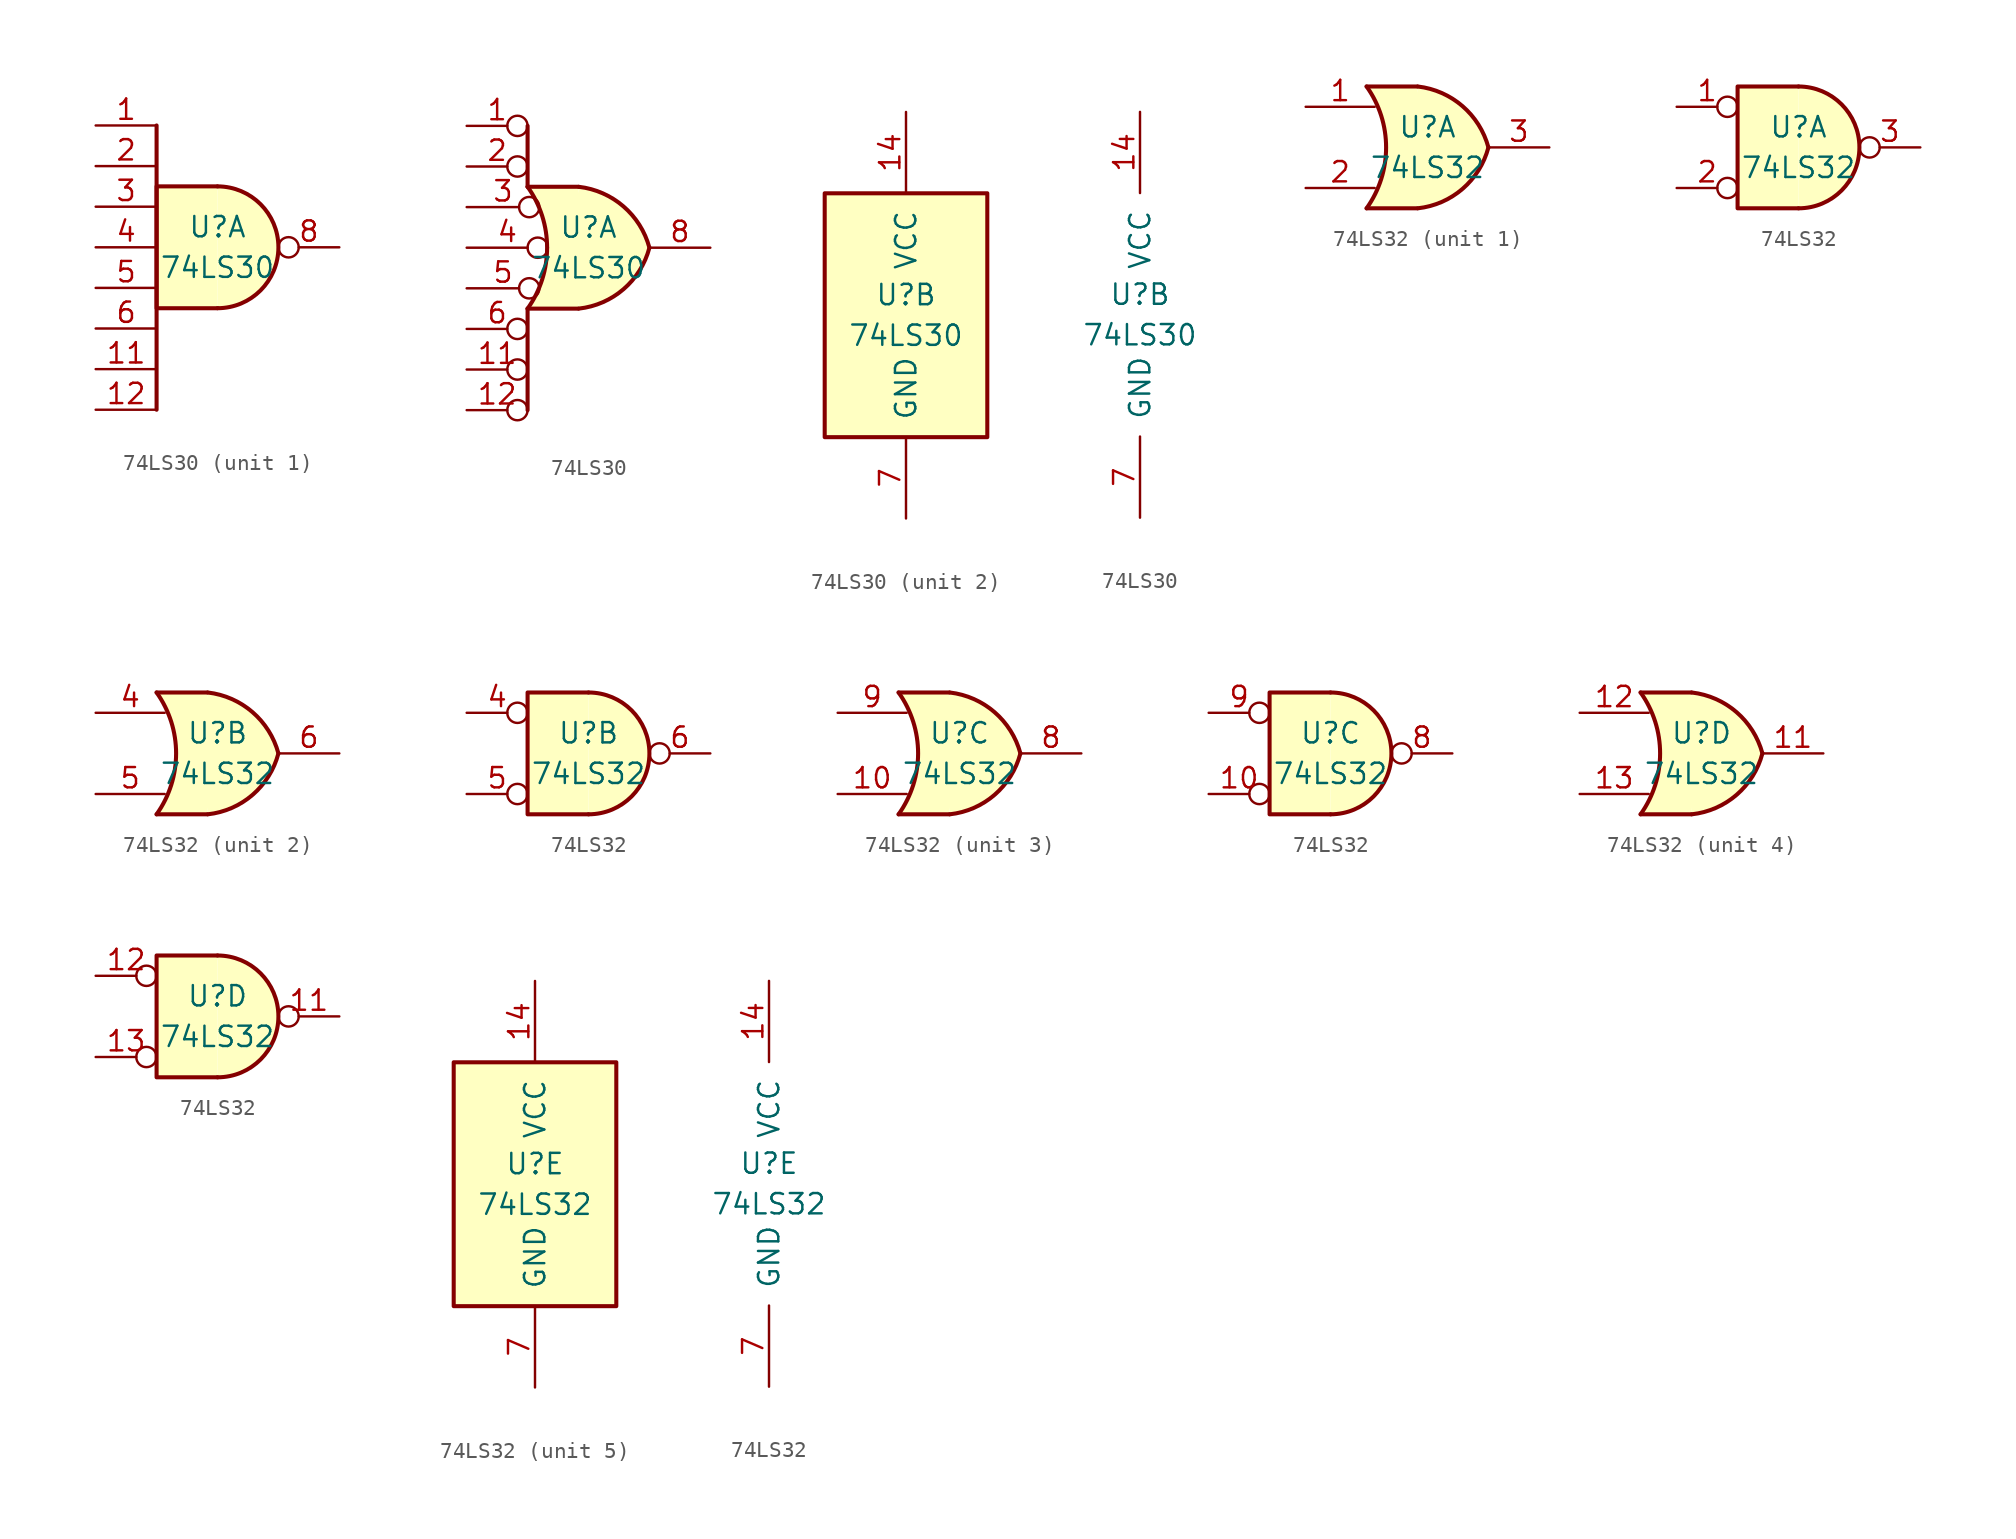
<source format=kicad_sym>
(kicad_symbol_lib
  (version 20241209)
  (generator "kicad_symbol_editor")
  (generator_version "9.0")
  (symbol "74LS30"
    (pin_names
      (offset 1.016))
    (property "Reference" "U"
      (at 0 1.27 0)
      (effects (font (size 1.27 1.27))))
    (property "Value" "74LS30"
      (at 0 -1.27 0)
      (effects (font (size 1.27 1.27))))
    (property "ki_locked" ""
      (at 0 0 0)
      (effects (font (size 1.27 1.27))))
    (symbol "74LS30_1_1"
      (polyline (pts (xy -3.81 7.62) (xy -3.81 -10.16)) (stroke (width 0.254) (type solid)) (fill (type none)))
      (polyline (pts (xy 0 3.81) (xy -3.81 3.81) (xy -3.81 -3.81) (xy 0 -3.81)) (stroke (width 0.254) (type solid)) (fill (type background)))
      (arc (start 0 3.81) (mid 3.81 0) (end 0 -3.81) (stroke (width 0.254) (type solid)) (fill (type background)))
      (pin input line (at -7.62 7.62 0) (length 3.81) (name "~" (effects (font (size 1.27 1.27)))) (number "1" (effects (font (size 1.27 1.27)))))
      (pin input line (at -7.62 5.08 0) (length 3.81) (name "~" (effects (font (size 1.27 1.27)))) (number "2" (effects (font (size 1.27 1.27)))))
      (pin input line (at -7.62 2.54 0) (length 3.81) (name "~" (effects (font (size 1.27 1.27)))) (number "3" (effects (font (size 1.27 1.27)))))
      (pin input line (at -7.62 0 0) (length 3.81) (name "~" (effects (font (size 1.27 1.27)))) (number "4" (effects (font (size 1.27 1.27)))))
      (pin input line (at -7.62 -2.54 0) (length 3.81) (name "~" (effects (font (size 1.27 1.27)))) (number "5" (effects (font (size 1.27 1.27)))))
      (pin input line (at -7.62 -5.08 0) (length 3.81) (name "~" (effects (font (size 1.27 1.27)))) (number "6" (effects (font (size 1.27 1.27)))))
      (pin input line (at -7.62 -7.62 0) (length 3.81) (name "~" (effects (font (size 1.27 1.27)))) (number "11" (effects (font (size 1.27 1.27)))))
      (pin input line (at -7.62 -10.16 0) (length 3.81) (name "~" (effects (font (size 1.27 1.27)))) (number "12" (effects (font (size 1.27 1.27)))))
      (pin output inverted (at 7.62 0 180) (length 3.81) (name "~" (effects (font (size 1.27 1.27)))) (number "8" (effects (font (size 1.27 1.27))))))
    (symbol "74LS30_1_2"
      (arc (start -3.81 3.81) (mid -2.589 0) (end -3.81 -3.81) (stroke (width 0.254) (type solid)) (fill (type none)))
      (polyline (pts (xy -3.81 7.62) (xy -3.81 3.81)) (stroke (width 0.254) (type solid)) (fill (type none)))
      (polyline (pts (xy -3.81 3.81) (xy -0.635 3.81)) (stroke (width 0.254) (type solid)) (fill (type background)))
      (polyline (pts (xy -3.81 -3.81) (xy -3.81 -10.16)) (stroke (width 0.254) (type solid)) (fill (type none)))
      (polyline (pts (xy -3.81 -3.81) (xy -0.635 -3.81)) (stroke (width 0.254) (type solid)) (fill (type background)))
      (arc (start 3.81 0) (mid 2.1915 -2.5936) (end -0.6096 -3.81) (stroke (width 0.254) (type solid)) (fill (type background)))
      (arc (start -0.6096 3.81) (mid 2.1842 2.5851) (end 3.81 0) (stroke (width 0.254) (type solid)) (fill (type background)))
      (polyline (pts (xy -0.635 3.81) (xy -3.81 3.81) (xy -3.81 3.81) (xy -3.556 3.404) (xy -3.023 2.261) (xy -2.692 1.041) (xy -2.616 -0.254) (xy -2.769 -1.499) (xy -3.175 -2.718) (xy -3.81 -3.81) (xy -3.81 -3.81) (xy -0.635 -3.81)) (stroke (width -25.4) (type solid)) (fill (type background)))
      (pin input inverted (at -7.62 7.62 0) (length 3.81) (name "~" (effects (font (size 1.27 1.27)))) (number "1" (effects (font (size 1.27 1.27)))))
      (pin input inverted (at -7.62 5.08 0) (length 3.81) (name "~" (effects (font (size 1.27 1.27)))) (number "2" (effects (font (size 1.27 1.27)))))
      (pin input inverted (at -7.62 2.54 0) (length 4.547) (name "~" (effects (font (size 1.27 1.27)))) (number "3" (effects (font (size 1.27 1.27)))))
      (pin input inverted (at -7.62 0 0) (length 5.08) (name "~" (effects (font (size 1.27 1.27)))) (number "4" (effects (font (size 1.27 1.27)))))
      (pin input inverted (at -7.62 -2.54 0) (length 4.547) (name "~" (effects (font (size 1.27 1.27)))) (number "5" (effects (font (size 1.27 1.27)))))
      (pin input inverted (at -7.62 -5.08 0) (length 3.81) (name "~" (effects (font (size 1.27 1.27)))) (number "6" (effects (font (size 1.27 1.27)))))
      (pin input inverted (at -7.62 -7.62 0) (length 3.81) (name "~" (effects (font (size 1.27 1.27)))) (number "11" (effects (font (size 1.27 1.27)))))
      (pin input inverted (at -7.62 -10.16 0) (length 3.81) (name "~" (effects (font (size 1.27 1.27)))) (number "12" (effects (font (size 1.27 1.27)))))
      (pin output line (at 7.62 0 180) (length 3.81) (name "~" (effects (font (size 1.27 1.27)))) (number "8" (effects (font (size 1.27 1.27))))))
    (symbol "74LS30_2_0"
      (pin power_in line (at 0 12.7 270) (length 5.08) (name "VCC" (effects (font (size 1.27 1.27)))) (number "14" (effects (font (size 1.27 1.27)))))
      (pin power_in line (at 0 -12.7 90) (length 5.08) (name "GND" (effects (font (size 1.27 1.27)))) (number "7" (effects (font (size 1.27 1.27))))))
    (symbol "74LS30_2_1"
      (rectangle (start -5.08 7.62) (end 5.08 -7.62) (stroke (width 0.254) (type solid)) (fill (type background)))))
  (symbol "74LS32"
    (pin_names
      (offset 1.016))
    (property "Reference" "U"
      (at 0 1.27 0)
      (effects (font (size 1.27 1.27))))
    (property "Value" "74LS32"
      (at 0 -1.27 0)
      (effects (font (size 1.27 1.27))))
    (property "ki_locked" ""
      (at 0 0 0)
      (effects (font (size 1.27 1.27))))
    (symbol "74LS32_1_1"
      (arc (start -3.81 3.81) (mid -2.589 0) (end -3.81 -3.81) (stroke (width 0.254) (type solid)) (fill (type none)))
      (polyline (pts (xy -3.81 3.81) (xy -0.635 3.81)) (stroke (width 0.254) (type solid)) (fill (type background)))
      (polyline (pts (xy -3.81 -3.81) (xy -0.635 -3.81)) (stroke (width 0.254) (type solid)) (fill (type background)))
      (arc (start 3.81 0) (mid 2.1915 -2.5936) (end -0.6096 -3.81) (stroke (width 0.254) (type solid)) (fill (type background)))
      (arc (start -0.6096 3.81) (mid 2.1842 2.5851) (end 3.81 0) (stroke (width 0.254) (type solid)) (fill (type background)))
      (polyline (pts (xy -0.635 3.81) (xy -3.81 3.81) (xy -3.81 3.81) (xy -3.556 3.404) (xy -3.023 2.261) (xy -2.692 1.041) (xy -2.616 -0.254) (xy -2.769 -1.499) (xy -3.175 -2.718) (xy -3.81 -3.81) (xy -3.81 -3.81) (xy -0.635 -3.81)) (stroke (width -25.4) (type solid)) (fill (type background)))
      (pin input line (at -7.62 2.54 0) (length 4.318) (name "~" (effects (font (size 1.27 1.27)))) (number "1" (effects (font (size 1.27 1.27)))))
      (pin input line (at -7.62 -2.54 0) (length 4.318) (name "~" (effects (font (size 1.27 1.27)))) (number "2" (effects (font (size 1.27 1.27)))))
      (pin output line (at 7.62 0 180) (length 3.81) (name "~" (effects (font (size 1.27 1.27)))) (number "3" (effects (font (size 1.27 1.27))))))
    (symbol "74LS32_1_2"
      (polyline (pts (xy 0 3.81) (xy -3.81 3.81) (xy -3.81 -3.81) (xy 0 -3.81)) (stroke (width 0.254) (type solid)) (fill (type background)))
      (arc (start 0 3.81) (mid 3.81 0) (end 0 -3.81) (stroke (width 0.254) (type solid)) (fill (type background)))
      (pin input inverted (at -7.62 2.54 0) (length 3.81) (name "~" (effects (font (size 1.27 1.27)))) (number "1" (effects (font (size 1.27 1.27)))))
      (pin input inverted (at -7.62 -2.54 0) (length 3.81) (name "~" (effects (font (size 1.27 1.27)))) (number "2" (effects (font (size 1.27 1.27)))))
      (pin output inverted (at 7.62 0 180) (length 3.81) (name "~" (effects (font (size 1.27 1.27)))) (number "3" (effects (font (size 1.27 1.27))))))
    (symbol "74LS32_2_1"
      (arc (start -3.81 3.81) (mid -2.589 0) (end -3.81 -3.81) (stroke (width 0.254) (type solid)) (fill (type none)))
      (polyline (pts (xy -3.81 3.81) (xy -0.635 3.81)) (stroke (width 0.254) (type solid)) (fill (type background)))
      (polyline (pts (xy -3.81 -3.81) (xy -0.635 -3.81)) (stroke (width 0.254) (type solid)) (fill (type background)))
      (arc (start 3.81 0) (mid 2.1915 -2.5936) (end -0.6096 -3.81) (stroke (width 0.254) (type solid)) (fill (type background)))
      (arc (start -0.6096 3.81) (mid 2.1842 2.5851) (end 3.81 0) (stroke (width 0.254) (type solid)) (fill (type background)))
      (polyline (pts (xy -0.635 3.81) (xy -3.81 3.81) (xy -3.81 3.81) (xy -3.556 3.404) (xy -3.023 2.261) (xy -2.692 1.041) (xy -2.616 -0.254) (xy -2.769 -1.499) (xy -3.175 -2.718) (xy -3.81 -3.81) (xy -3.81 -3.81) (xy -0.635 -3.81)) (stroke (width -25.4) (type solid)) (fill (type background)))
      (pin input line (at -7.62 2.54 0) (length 4.318) (name "~" (effects (font (size 1.27 1.27)))) (number "4" (effects (font (size 1.27 1.27)))))
      (pin input line (at -7.62 -2.54 0) (length 4.318) (name "~" (effects (font (size 1.27 1.27)))) (number "5" (effects (font (size 1.27 1.27)))))
      (pin output line (at 7.62 0 180) (length 3.81) (name "~" (effects (font (size 1.27 1.27)))) (number "6" (effects (font (size 1.27 1.27))))))
    (symbol "74LS32_2_2"
      (polyline (pts (xy 0 3.81) (xy -3.81 3.81) (xy -3.81 -3.81) (xy 0 -3.81)) (stroke (width 0.254) (type solid)) (fill (type background)))
      (arc (start 0 3.81) (mid 3.81 0) (end 0 -3.81) (stroke (width 0.254) (type solid)) (fill (type background)))
      (pin input inverted (at -7.62 2.54 0) (length 3.81) (name "~" (effects (font (size 1.27 1.27)))) (number "4" (effects (font (size 1.27 1.27)))))
      (pin input inverted (at -7.62 -2.54 0) (length 3.81) (name "~" (effects (font (size 1.27 1.27)))) (number "5" (effects (font (size 1.27 1.27)))))
      (pin output inverted (at 7.62 0 180) (length 3.81) (name "~" (effects (font (size 1.27 1.27)))) (number "6" (effects (font (size 1.27 1.27))))))
    (symbol "74LS32_3_1"
      (arc (start -3.81 3.81) (mid -2.589 0) (end -3.81 -3.81) (stroke (width 0.254) (type solid)) (fill (type none)))
      (polyline (pts (xy -3.81 3.81) (xy -0.635 3.81)) (stroke (width 0.254) (type solid)) (fill (type background)))
      (polyline (pts (xy -3.81 -3.81) (xy -0.635 -3.81)) (stroke (width 0.254) (type solid)) (fill (type background)))
      (arc (start 3.81 0) (mid 2.1915 -2.5936) (end -0.6096 -3.81) (stroke (width 0.254) (type solid)) (fill (type background)))
      (arc (start -0.6096 3.81) (mid 2.1842 2.5851) (end 3.81 0) (stroke (width 0.254) (type solid)) (fill (type background)))
      (polyline (pts (xy -0.635 3.81) (xy -3.81 3.81) (xy -3.81 3.81) (xy -3.556 3.404) (xy -3.023 2.261) (xy -2.692 1.041) (xy -2.616 -0.254) (xy -2.769 -1.499) (xy -3.175 -2.718) (xy -3.81 -3.81) (xy -3.81 -3.81) (xy -0.635 -3.81)) (stroke (width -25.4) (type solid)) (fill (type background)))
      (pin input line (at -7.62 2.54 0) (length 4.318) (name "~" (effects (font (size 1.27 1.27)))) (number "9" (effects (font (size 1.27 1.27)))))
      (pin input line (at -7.62 -2.54 0) (length 4.318) (name "~" (effects (font (size 1.27 1.27)))) (number "10" (effects (font (size 1.27 1.27)))))
      (pin output line (at 7.62 0 180) (length 3.81) (name "~" (effects (font (size 1.27 1.27)))) (number "8" (effects (font (size 1.27 1.27))))))
    (symbol "74LS32_3_2"
      (polyline (pts (xy 0 3.81) (xy -3.81 3.81) (xy -3.81 -3.81) (xy 0 -3.81)) (stroke (width 0.254) (type solid)) (fill (type background)))
      (arc (start 0 3.81) (mid 3.81 0) (end 0 -3.81) (stroke (width 0.254) (type solid)) (fill (type background)))
      (pin input inverted (at -7.62 2.54 0) (length 3.81) (name "~" (effects (font (size 1.27 1.27)))) (number "9" (effects (font (size 1.27 1.27)))))
      (pin input inverted (at -7.62 -2.54 0) (length 3.81) (name "~" (effects (font (size 1.27 1.27)))) (number "10" (effects (font (size 1.27 1.27)))))
      (pin output inverted (at 7.62 0 180) (length 3.81) (name "~" (effects (font (size 1.27 1.27)))) (number "8" (effects (font (size 1.27 1.27))))))
    (symbol "74LS32_4_1"
      (arc (start -3.81 3.81) (mid -2.589 0) (end -3.81 -3.81) (stroke (width 0.254) (type solid)) (fill (type none)))
      (polyline (pts (xy -3.81 3.81) (xy -0.635 3.81)) (stroke (width 0.254) (type solid)) (fill (type background)))
      (polyline (pts (xy -3.81 -3.81) (xy -0.635 -3.81)) (stroke (width 0.254) (type solid)) (fill (type background)))
      (arc (start 3.81 0) (mid 2.1915 -2.5936) (end -0.6096 -3.81) (stroke (width 0.254) (type solid)) (fill (type background)))
      (arc (start -0.6096 3.81) (mid 2.1842 2.5851) (end 3.81 0) (stroke (width 0.254) (type solid)) (fill (type background)))
      (polyline (pts (xy -0.635 3.81) (xy -3.81 3.81) (xy -3.81 3.81) (xy -3.556 3.404) (xy -3.023 2.261) (xy -2.692 1.041) (xy -2.616 -0.254) (xy -2.769 -1.499) (xy -3.175 -2.718) (xy -3.81 -3.81) (xy -3.81 -3.81) (xy -0.635 -3.81)) (stroke (width -25.4) (type solid)) (fill (type background)))
      (pin input line (at -7.62 2.54 0) (length 4.318) (name "~" (effects (font (size 1.27 1.27)))) (number "12" (effects (font (size 1.27 1.27)))))
      (pin input line (at -7.62 -2.54 0) (length 4.318) (name "~" (effects (font (size 1.27 1.27)))) (number "13" (effects (font (size 1.27 1.27)))))
      (pin output line (at 7.62 0 180) (length 3.81) (name "~" (effects (font (size 1.27 1.27)))) (number "11" (effects (font (size 1.27 1.27))))))
    (symbol "74LS32_4_2"
      (polyline (pts (xy 0 3.81) (xy -3.81 3.81) (xy -3.81 -3.81) (xy 0 -3.81)) (stroke (width 0.254) (type solid)) (fill (type background)))
      (arc (start 0 3.81) (mid 3.81 0) (end 0 -3.81) (stroke (width 0.254) (type solid)) (fill (type background)))
      (pin input inverted (at -7.62 2.54 0) (length 3.81) (name "~" (effects (font (size 1.27 1.27)))) (number "12" (effects (font (size 1.27 1.27)))))
      (pin input inverted (at -7.62 -2.54 0) (length 3.81) (name "~" (effects (font (size 1.27 1.27)))) (number "13" (effects (font (size 1.27 1.27)))))
      (pin output inverted (at 7.62 0 180) (length 3.81) (name "~" (effects (font (size 1.27 1.27)))) (number "11" (effects (font (size 1.27 1.27))))))
    (symbol "74LS32_5_0"
      (pin power_in line (at 0 12.7 270) (length 5.08) (name "VCC" (effects (font (size 1.27 1.27)))) (number "14" (effects (font (size 1.27 1.27)))))
      (pin power_in line (at 0 -12.7 90) (length 5.08) (name "GND" (effects (font (size 1.27 1.27)))) (number "7" (effects (font (size 1.27 1.27))))))
    (symbol "74LS32_5_1"
      (rectangle (start -5.08 7.62) (end 5.08 -7.62) (stroke (width 0.254) (type solid)) (fill (type background))))))
</source>
